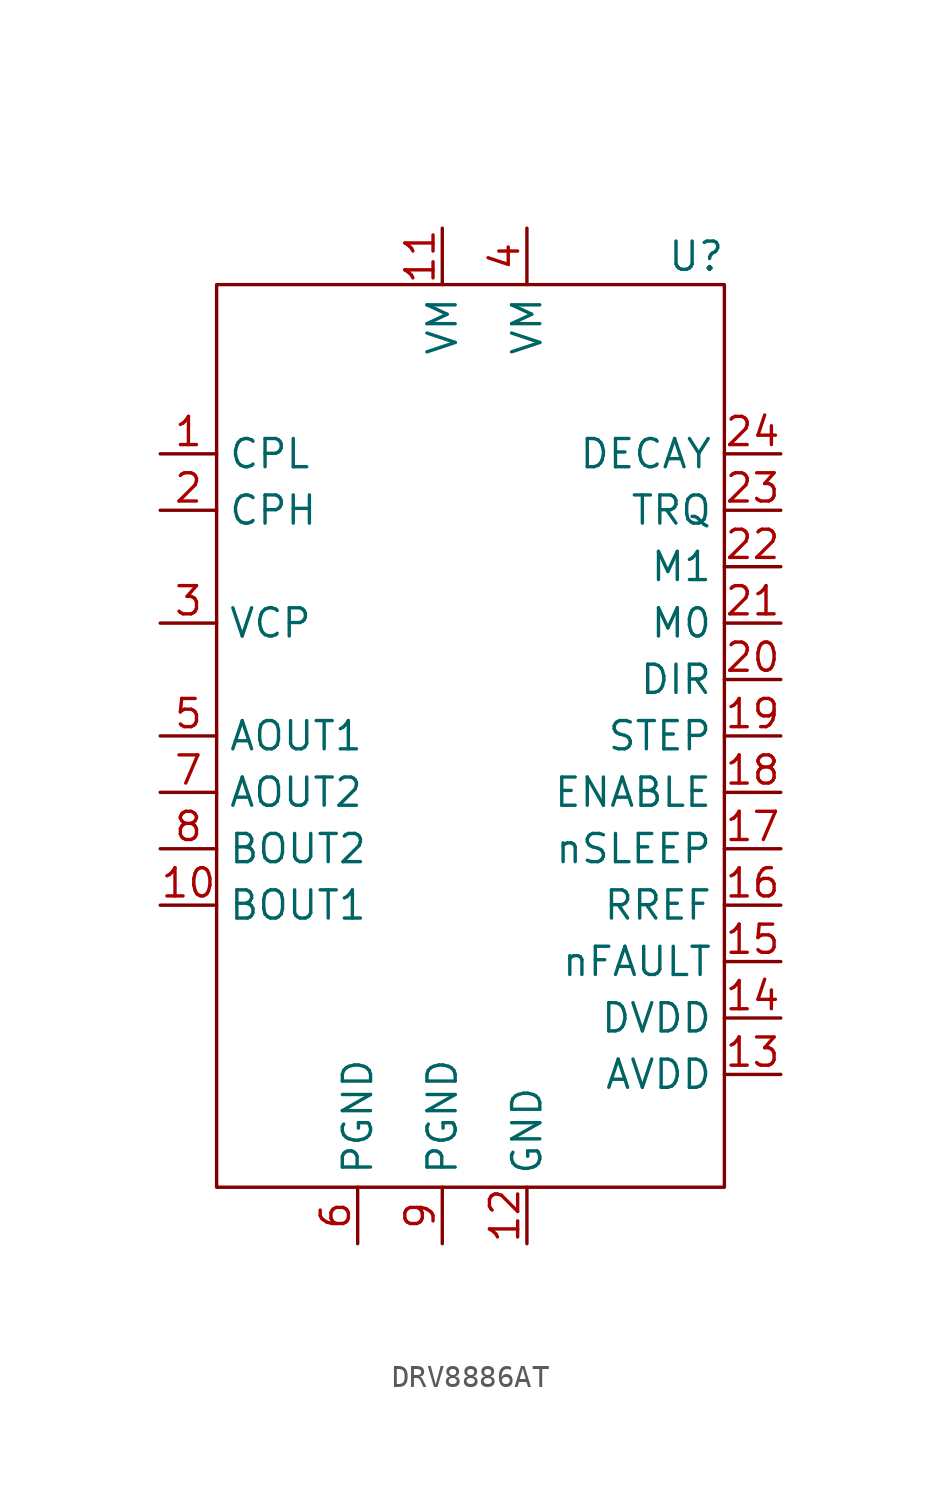
<source format=kicad_sym>
(kicad_symbol_lib
  (version 20220914)
  (generator kicad_symbol_editor)
  (symbol "DRV8886AT"
    (property "Reference" "U"
      (at 11.43 21.59 0)
      (effects (font (size 1.27 1.27))))
    (property "Value" ""
      (at 0 24.13 0)
      (effects (font (size 1.27 1.27))))
    (symbol "DRV8886AT_0_1"
      (rectangle (start -10.16 20.32) (end 12.7 -20.32) (stroke (width 0) (type default)) (fill (type none))))
    (symbol "DRV8886AT_1_1"
      (pin passive line (at -12.7 12.7 0) (length 2.54) (name "CPL" (effects (font (size 1.27 1.27)))) (number "1" (effects (font (size 1.27 1.27)))))
      (pin output line (at -12.7 -7.62 0) (length 2.54) (name "BOUT1" (effects (font (size 1.27 1.27)))) (number "10" (effects (font (size 1.27 1.27)))))
      (pin power_in line (at 0 22.86 270) (length 2.54) (name "VM" (effects (font (size 1.27 1.27)))) (number "11" (effects (font (size 1.27 1.27)))))
      (pin passive line (at 3.81 -22.86 90) (length 2.54) (name "GND" (effects (font (size 1.27 1.27)))) (number "12" (effects (font (size 1.27 1.27)))))
      (pin output line (at 15.24 -15.24 180) (length 2.54) (name "AVDD" (effects (font (size 1.27 1.27)))) (number "13" (effects (font (size 1.27 1.27)))))
      (pin output line (at 15.24 -12.7 180) (length 2.54) (name "DVDD" (effects (font (size 1.27 1.27)))) (number "14" (effects (font (size 1.27 1.27)))))
      (pin output line (at 15.24 -10.16 180) (length 2.54) (name "nFAULT" (effects (font (size 1.27 1.27)))) (number "15" (effects (font (size 1.27 1.27)))))
      (pin output line (at 15.24 -7.62 180) (length 2.54) (name "RREF" (effects (font (size 1.27 1.27)))) (number "16" (effects (font (size 1.27 1.27)))))
      (pin input line (at 15.24 -5.08 180) (length 2.54) (name "nSLEEP" (effects (font (size 1.27 1.27)))) (number "17" (effects (font (size 1.27 1.27)))))
      (pin input line (at 15.24 -2.54 180) (length 2.54) (name "ENABLE" (effects (font (size 1.27 1.27)))) (number "18" (effects (font (size 1.27 1.27)))))
      (pin input line (at 15.24 0 180) (length 2.54) (name "STEP" (effects (font (size 1.27 1.27)))) (number "19" (effects (font (size 1.27 1.27)))))
      (pin passive line (at -12.7 10.16 0) (length 2.54) (name "CPH" (effects (font (size 1.27 1.27)))) (number "2" (effects (font (size 1.27 1.27)))))
      (pin input line (at 15.24 2.54 180) (length 2.54) (name "DIR" (effects (font (size 1.27 1.27)))) (number "20" (effects (font (size 1.27 1.27)))))
      (pin input line (at 15.24 5.08 180) (length 2.54) (name "M0" (effects (font (size 1.27 1.27)))) (number "21" (effects (font (size 1.27 1.27)))))
      (pin input line (at 15.24 7.62 180) (length 2.54) (name "M1" (effects (font (size 1.27 1.27)))) (number "22" (effects (font (size 1.27 1.27)))))
      (pin input line (at 15.24 10.16 180) (length 2.54) (name "TRQ" (effects (font (size 1.27 1.27)))) (number "23" (effects (font (size 1.27 1.27)))))
      (pin input line (at 15.24 12.7 180) (length 2.54) (name "DECAY" (effects (font (size 1.27 1.27)))) (number "24" (effects (font (size 1.27 1.27)))))
      (pin passive line (at -12.7 5.08 0) (length 2.54) (name "VCP" (effects (font (size 1.27 1.27)))) (number "3" (effects (font (size 1.27 1.27)))))
      (pin power_in line (at 3.81 22.86 270) (length 2.54) (name "VM" (effects (font (size 1.27 1.27)))) (number "4" (effects (font (size 1.27 1.27)))))
      (pin output line (at -12.7 0 0) (length 2.54) (name "AOUT1" (effects (font (size 1.27 1.27)))) (number "5" (effects (font (size 1.27 1.27)))))
      (pin passive line (at -3.81 -22.86 90) (length 2.54) (name "PGND" (effects (font (size 1.27 1.27)))) (number "6" (effects (font (size 1.27 1.27)))))
      (pin output line (at -12.7 -2.54 0) (length 2.54) (name "AOUT2" (effects (font (size 1.27 1.27)))) (number "7" (effects (font (size 1.27 1.27)))))
      (pin output line (at -12.7 -5.08 0) (length 2.54) (name "BOUT2" (effects (font (size 1.27 1.27)))) (number "8" (effects (font (size 1.27 1.27)))))
      (pin passive line (at 0 -22.86 90) (length 2.54) (name "PGND" (effects (font (size 1.27 1.27)))) (number "9" (effects (font (size 1.27 1.27))))))))
</source>
